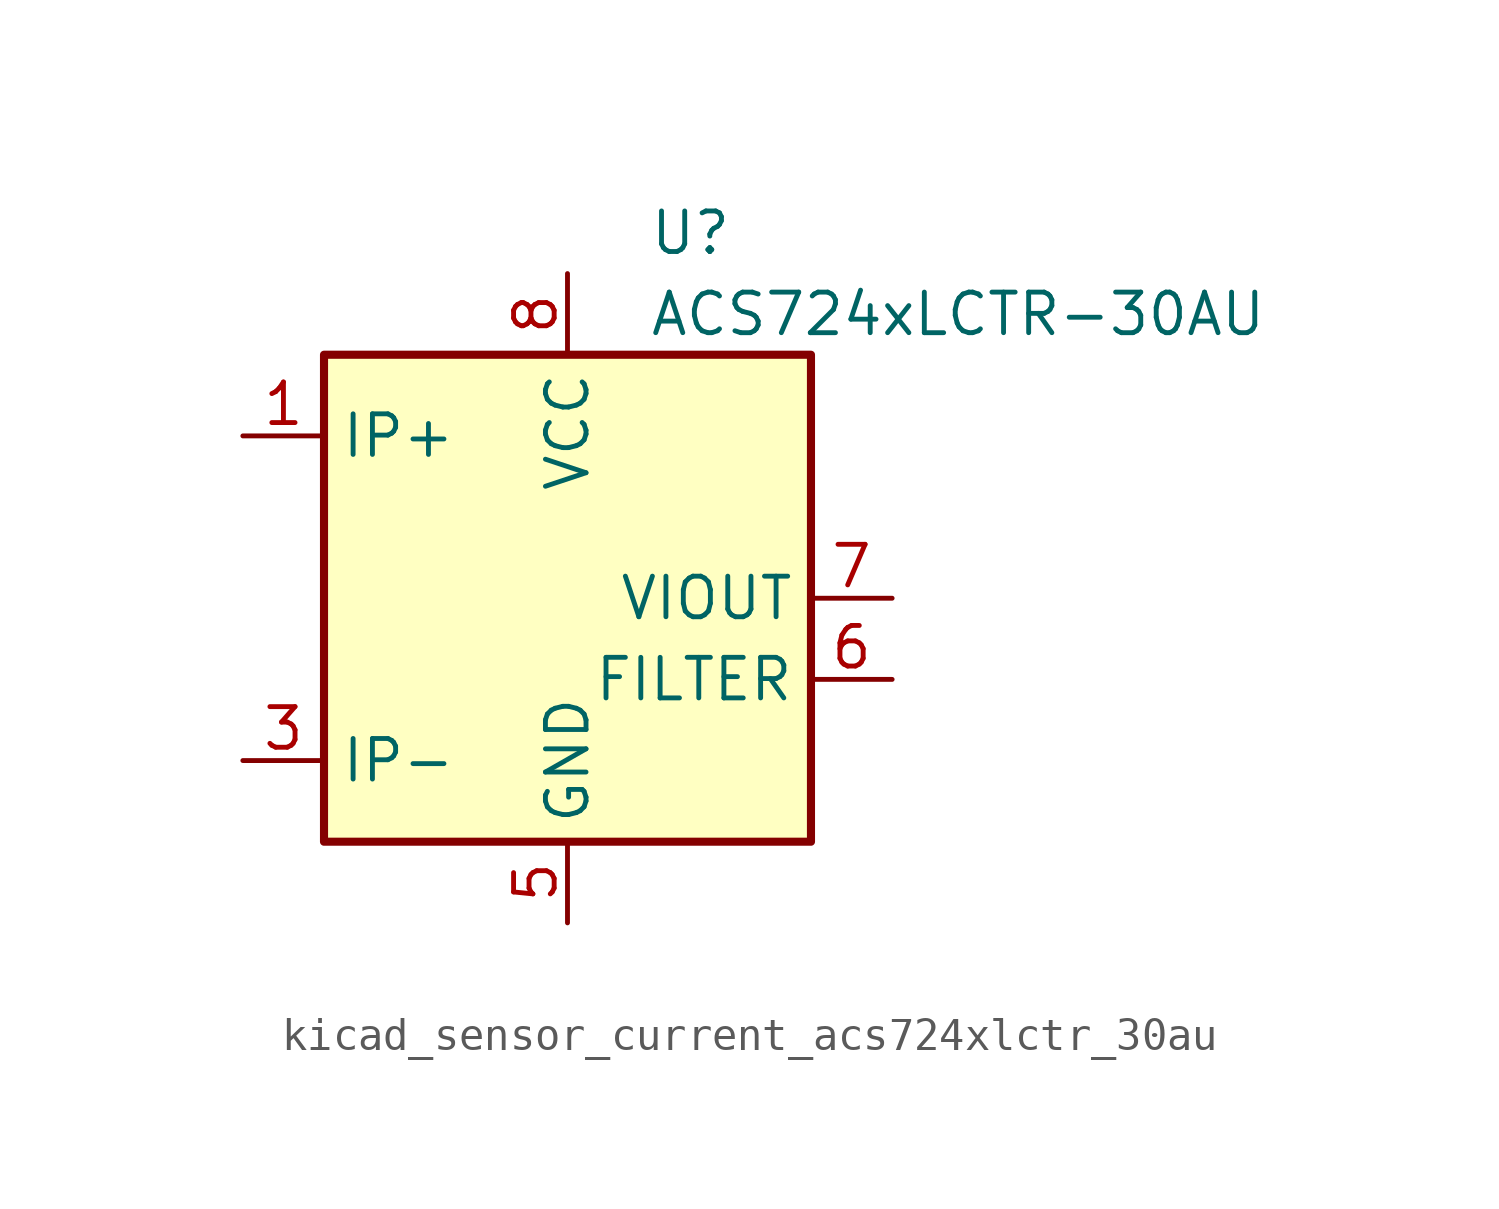
<source format=kicad_sym>
(kicad_symbol_lib
  (version 20220914)
  (generator kicad_symbol_editor)
  (symbol "kicad_sensor_current_acs724xlctr_30au"
    (property "Reference" "U"
      (at 2.54 11.43 0)
      (effects (font (size 1.27 1.27)) (justify left)))
    (property "Value" "ACS724xLCTR-30AU"
      (at 2.54 8.89 0)
      (effects (font (size 1.27 1.27)) (justify left)))
    (symbol "kicad_sensor_current_acs724xlctr_30au_0_1"
      (rectangle (start -7.62 7.62) (end 7.62 -7.62) (stroke (width 0.254) (type default)) (fill (type background))))
    (symbol "kicad_sensor_current_acs724xlctr_30au_1_1"
      (pin passive line (at -10.16 5.08 0) (length 2.54) (name "IP+" (effects (font (size 1.27 1.27)))) (number "1" (effects (font (size 1.27 1.27)))))
      (pin passive line (at -10.16 5.08 0) (length 2.54) hide (name "IP+" (effects (font (size 1.27 1.27)))) (number "2" (effects (font (size 1.27 1.27)))))
      (pin passive line (at -10.16 -5.08 0) (length 2.54) (name "IP-" (effects (font (size 1.27 1.27)))) (number "3" (effects (font (size 1.27 1.27)))))
      (pin passive line (at -10.16 -5.08 0) (length 2.54) hide (name "IP-" (effects (font (size 1.27 1.27)))) (number "4" (effects (font (size 1.27 1.27)))))
      (pin power_in line (at 0 -10.16 90) (length 2.54) (name "GND" (effects (font (size 1.27 1.27)))) (number "5" (effects (font (size 1.27 1.27)))))
      (pin passive line (at 10.16 -2.54 180) (length 2.54) (name "FILTER" (effects (font (size 1.27 1.27)))) (number "6" (effects (font (size 1.27 1.27)))))
      (pin output line (at 10.16 0 180) (length 2.54) (name "VIOUT" (effects (font (size 1.27 1.27)))) (number "7" (effects (font (size 1.27 1.27)))))
      (pin power_in line (at 0 10.16 270) (length 2.54) (name "VCC" (effects (font (size 1.27 1.27)))) (number "8" (effects (font (size 1.27 1.27))))))))
</source>
